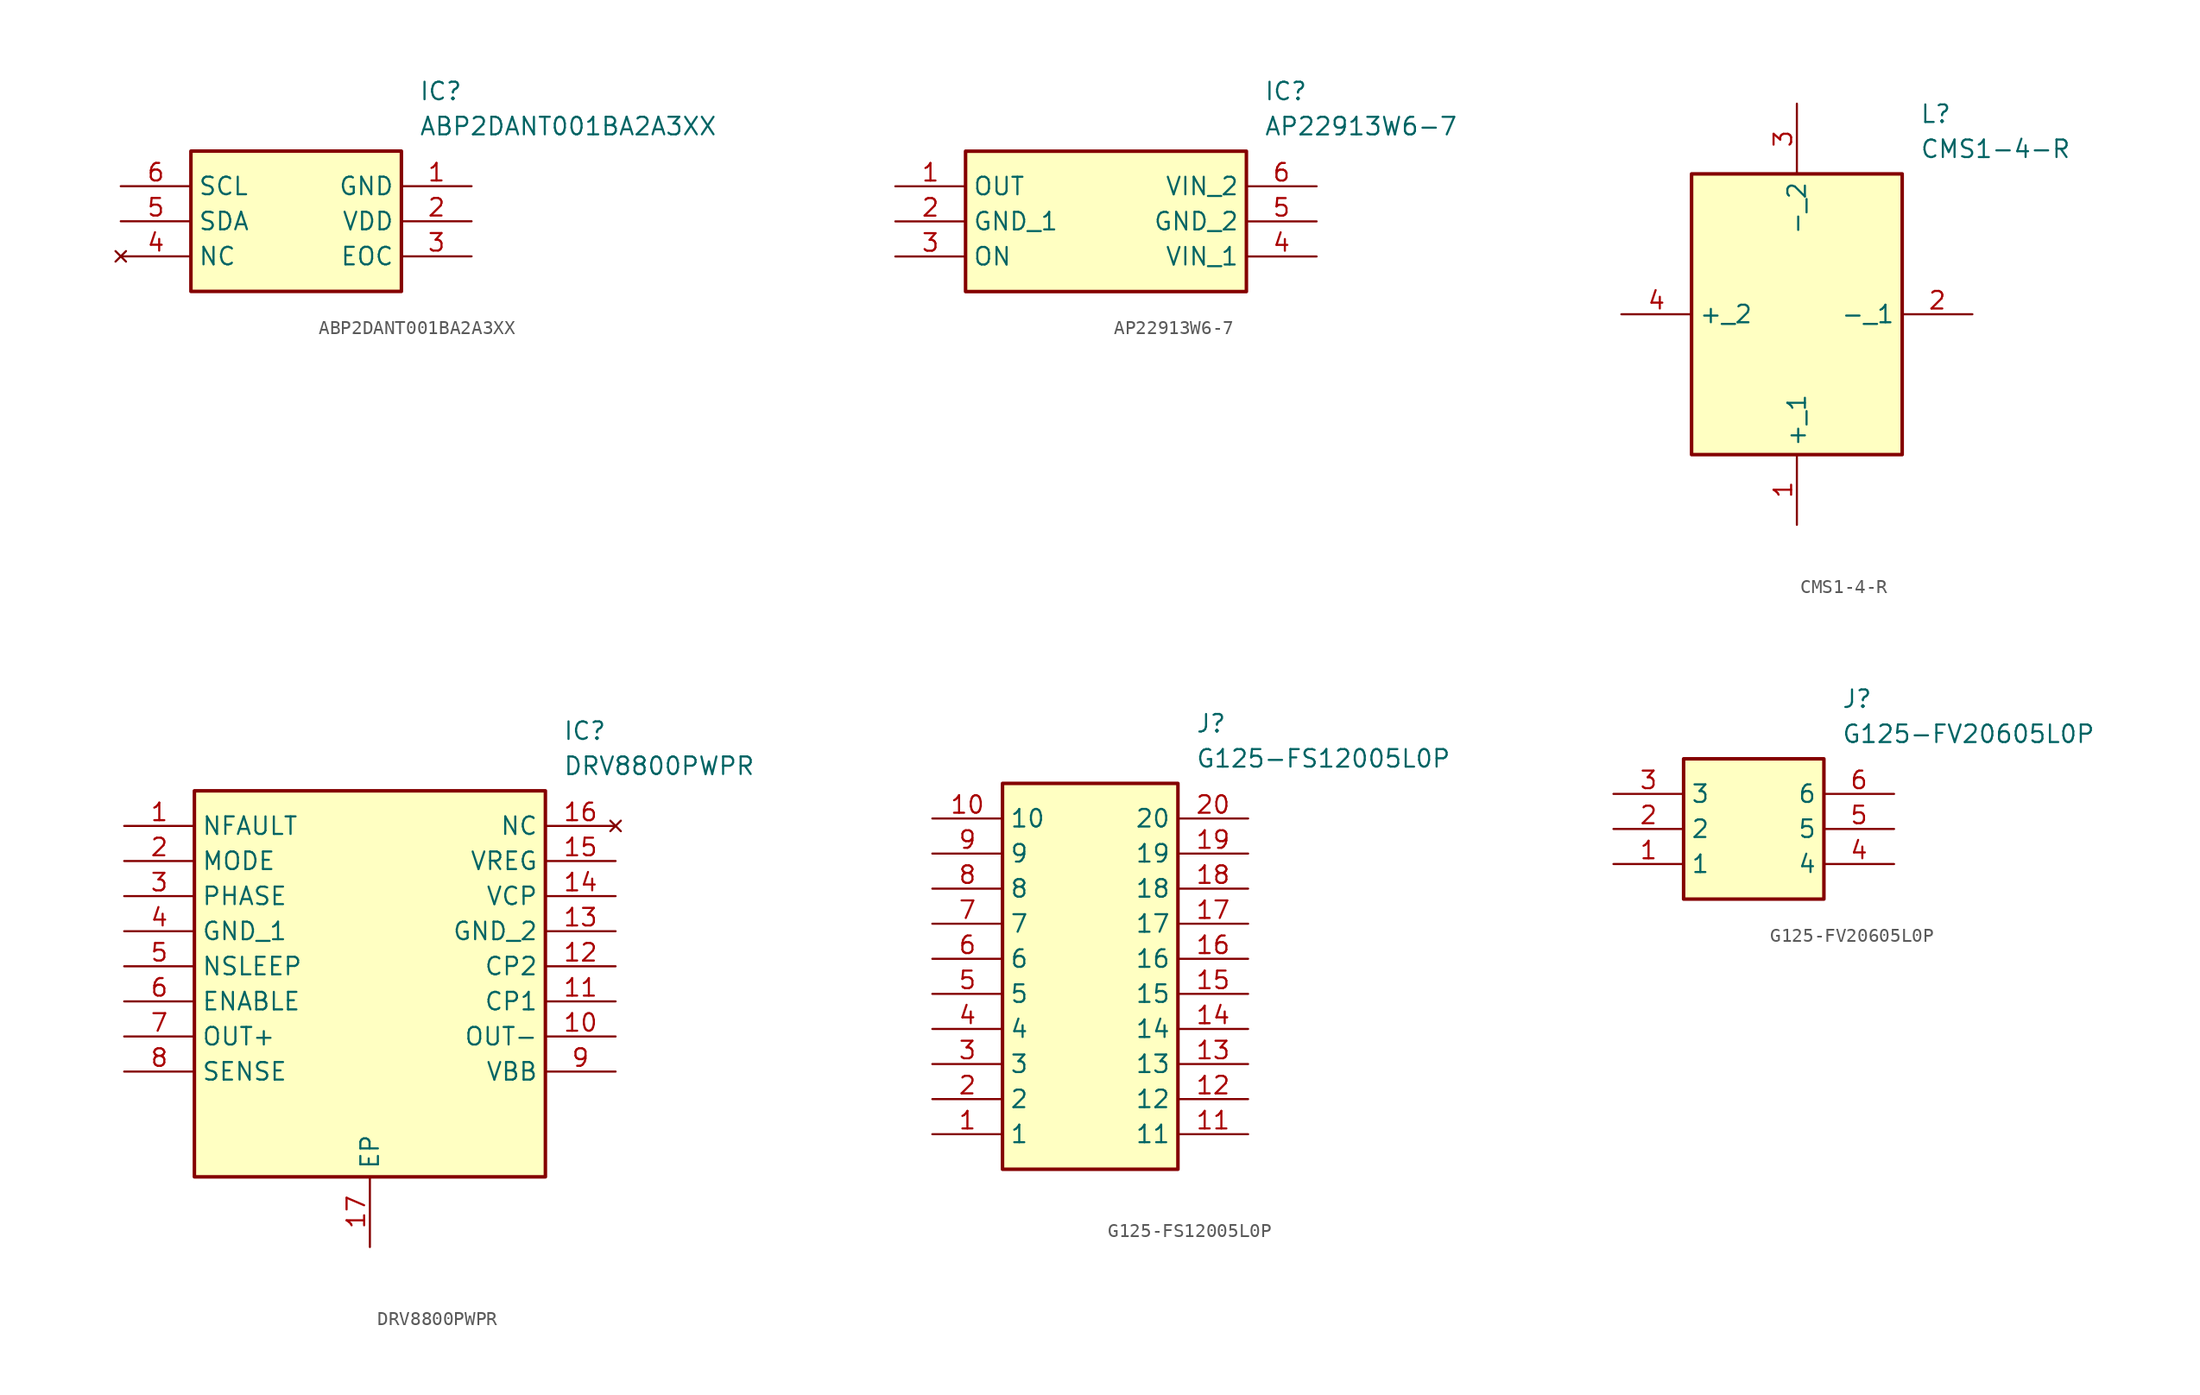
<source format=kicad_sym>
(kicad_symbol_lib
  (version 20220914)
  (generator SamacSys_ECAD_Model)
  (symbol "ABP2DANT001BA2A3XX"
    (property "Reference" "IC"
      (at 21.59 7.62 0)
      (effects (font (size 1.27 1.27)) (justify left top)))
    (property "Value" "ABP2DANT001BA2A3XX"
      (at 21.59 5.08 0)
      (effects (font (size 1.27 1.27)) (justify left top)))
    (rectangle
      (start 5.08 2.54)
      (end 20.32 -7.62)
      (stroke (width 0.254) (type default))
      (fill (type background)))
    (pin passive line
      (at 25.4 0 180)
      (length 5.08)
      (name "GND" (effects (font (size 1.27 1.27))))
      (number "1" (effects (font (size 1.27 1.27)))))
    (pin passive line
      (at 25.4 -2.54 180)
      (length 5.08)
      (name "VDD" (effects (font (size 1.27 1.27))))
      (number "2" (effects (font (size 1.27 1.27)))))
    (pin passive line
      (at 25.4 -5.08 180)
      (length 5.08)
      (name "EOC" (effects (font (size 1.27 1.27))))
      (number "3" (effects (font (size 1.27 1.27)))))
    (pin no_connect line
      (at 0 -5.08 0)
      (length 5.08)
      (name "NC" (effects (font (size 1.27 1.27))))
      (number "4" (effects (font (size 1.27 1.27)))))
    (pin passive line
      (at 0 -2.54 0)
      (length 5.08)
      (name "SDA" (effects (font (size 1.27 1.27))))
      (number "5" (effects (font (size 1.27 1.27)))))
    (pin passive line
      (at 0 0 0)
      (length 5.08)
      (name "SCL" (effects (font (size 1.27 1.27))))
      (number "6" (effects (font (size 1.27 1.27))))))
  (symbol "AP22913W6-7"
    (property "Reference" "IC"
      (at 26.67 7.62 0)
      (effects (font (size 1.27 1.27)) (justify left top)))
    (property "Value" "AP22913W6-7"
      (at 26.67 5.08 0)
      (effects (font (size 1.27 1.27)) (justify left top)))
    (rectangle
      (start 5.08 2.54)
      (end 25.4 -7.62)
      (stroke (width 0.254) (type default))
      (fill (type background)))
    (pin passive line
      (at 0 0 0)
      (length 5.08)
      (name "OUT" (effects (font (size 1.27 1.27))))
      (number "1" (effects (font (size 1.27 1.27)))))
    (pin passive line
      (at 0 -2.54 0)
      (length 5.08)
      (name "GND_1" (effects (font (size 1.27 1.27))))
      (number "2" (effects (font (size 1.27 1.27)))))
    (pin passive line
      (at 0 -5.08 0)
      (length 5.08)
      (name "ON" (effects (font (size 1.27 1.27))))
      (number "3" (effects (font (size 1.27 1.27)))))
    (pin passive line
      (at 30.48 0 180)
      (length 5.08)
      (name "VIN_2" (effects (font (size 1.27 1.27))))
      (number "6" (effects (font (size 1.27 1.27)))))
    (pin passive line
      (at 30.48 -2.54 180)
      (length 5.08)
      (name "GND_2" (effects (font (size 1.27 1.27))))
      (number "5" (effects (font (size 1.27 1.27)))))
    (pin passive line
      (at 30.48 -5.08 180)
      (length 5.08)
      (name "VIN_1" (effects (font (size 1.27 1.27))))
      (number "4" (effects (font (size 1.27 1.27))))))
  (symbol "CMS1-4-R"
    (property "Reference" "L"
      (at 21.59 15.24 0)
      (effects (font (size 1.27 1.27)) (justify left top)))
    (property "Value" "CMS1-4-R"
      (at 21.59 12.7 0)
      (effects (font (size 1.27 1.27)) (justify left top)))
    (rectangle
      (start 5.08 10.16)
      (end 20.32 -10.16)
      (stroke (width 0.254) (type default))
      (fill (type background)))
    (pin passive line
      (at 12.7 -15.24 90)
      (length 5.08)
      (name "+_1" (effects (font (size 1.27 1.27))))
      (number "1" (effects (font (size 1.27 1.27)))))
    (pin passive line
      (at 25.4 0 180)
      (length 5.08)
      (name "-_1" (effects (font (size 1.27 1.27))))
      (number "2" (effects (font (size 1.27 1.27)))))
    (pin passive line
      (at 12.7 15.24 270)
      (length 5.08)
      (name "-_2" (effects (font (size 1.27 1.27))))
      (number "3" (effects (font (size 1.27 1.27)))))
    (pin passive line
      (at 0 0 0)
      (length 5.08)
      (name "+_2" (effects (font (size 1.27 1.27))))
      (number "4" (effects (font (size 1.27 1.27))))))
  (symbol "DRV8800PWPR"
    (property "Reference" "IC"
      (at 31.75 7.62 0)
      (effects (font (size 1.27 1.27)) (justify left top)))
    (property "Value" "DRV8800PWPR"
      (at 31.75 5.08 0)
      (effects (font (size 1.27 1.27)) (justify left top)))
    (rectangle
      (start 5.08 2.54)
      (end 30.48 -25.4)
      (stroke (width 0.254) (type default))
      (fill (type background)))
    (pin passive line
      (at 0 0 0)
      (length 5.08)
      (name "NFAULT" (effects (font (size 1.27 1.27))))
      (number "1" (effects (font (size 1.27 1.27)))))
    (pin passive line
      (at 0 -2.54 0)
      (length 5.08)
      (name "MODE" (effects (font (size 1.27 1.27))))
      (number "2" (effects (font (size 1.27 1.27)))))
    (pin passive line
      (at 0 -5.08 0)
      (length 5.08)
      (name "PHASE" (effects (font (size 1.27 1.27))))
      (number "3" (effects (font (size 1.27 1.27)))))
    (pin passive line
      (at 0 -7.62 0)
      (length 5.08)
      (name "GND_1" (effects (font (size 1.27 1.27))))
      (number "4" (effects (font (size 1.27 1.27)))))
    (pin passive line
      (at 0 -10.16 0)
      (length 5.08)
      (name "NSLEEP" (effects (font (size 1.27 1.27))))
      (number "5" (effects (font (size 1.27 1.27)))))
    (pin passive line
      (at 0 -12.7 0)
      (length 5.08)
      (name "ENABLE" (effects (font (size 1.27 1.27))))
      (number "6" (effects (font (size 1.27 1.27)))))
    (pin passive line
      (at 0 -15.24 0)
      (length 5.08)
      (name "OUT+" (effects (font (size 1.27 1.27))))
      (number "7" (effects (font (size 1.27 1.27)))))
    (pin passive line
      (at 0 -17.78 0)
      (length 5.08)
      (name "SENSE" (effects (font (size 1.27 1.27))))
      (number "8" (effects (font (size 1.27 1.27)))))
    (pin passive line
      (at 17.78 -30.48 90)
      (length 5.08)
      (name "EP" (effects (font (size 1.27 1.27))))
      (number "17" (effects (font (size 1.27 1.27)))))
    (pin no_connect line
      (at 35.56 0 180)
      (length 5.08)
      (name "NC" (effects (font (size 1.27 1.27))))
      (number "16" (effects (font (size 1.27 1.27)))))
    (pin passive line
      (at 35.56 -2.54 180)
      (length 5.08)
      (name "VREG" (effects (font (size 1.27 1.27))))
      (number "15" (effects (font (size 1.27 1.27)))))
    (pin passive line
      (at 35.56 -5.08 180)
      (length 5.08)
      (name "VCP" (effects (font (size 1.27 1.27))))
      (number "14" (effects (font (size 1.27 1.27)))))
    (pin passive line
      (at 35.56 -7.62 180)
      (length 5.08)
      (name "GND_2" (effects (font (size 1.27 1.27))))
      (number "13" (effects (font (size 1.27 1.27)))))
    (pin passive line
      (at 35.56 -10.16 180)
      (length 5.08)
      (name "CP2" (effects (font (size 1.27 1.27))))
      (number "12" (effects (font (size 1.27 1.27)))))
    (pin passive line
      (at 35.56 -12.7 180)
      (length 5.08)
      (name "CP1" (effects (font (size 1.27 1.27))))
      (number "11" (effects (font (size 1.27 1.27)))))
    (pin passive line
      (at 35.56 -15.24 180)
      (length 5.08)
      (name "OUT-" (effects (font (size 1.27 1.27))))
      (number "10" (effects (font (size 1.27 1.27)))))
    (pin passive line
      (at 35.56 -17.78 180)
      (length 5.08)
      (name "VBB" (effects (font (size 1.27 1.27))))
      (number "9" (effects (font (size 1.27 1.27))))))
  (symbol "G125-FS12005L0P"
    (property "Reference" "J"
      (at 19.05 7.62 0)
      (effects (font (size 1.27 1.27)) (justify left top)))
    (property "Value" "G125-FS12005L0P"
      (at 19.05 5.08 0)
      (effects (font (size 1.27 1.27)) (justify left top)))
    (rectangle
      (start 5.08 2.54)
      (end 17.78 -25.4)
      (stroke (width 0.254) (type default))
      (fill (type background)))
    (pin passive line
      (at 0 -22.86 0)
      (length 5.08)
      (name "1" (effects (font (size 1.27 1.27))))
      (number "1" (effects (font (size 1.27 1.27)))))
    (pin passive line
      (at 0 -20.32 0)
      (length 5.08)
      (name "2" (effects (font (size 1.27 1.27))))
      (number "2" (effects (font (size 1.27 1.27)))))
    (pin passive line
      (at 0 -17.78 0)
      (length 5.08)
      (name "3" (effects (font (size 1.27 1.27))))
      (number "3" (effects (font (size 1.27 1.27)))))
    (pin passive line
      (at 0 -15.24 0)
      (length 5.08)
      (name "4" (effects (font (size 1.27 1.27))))
      (number "4" (effects (font (size 1.27 1.27)))))
    (pin passive line
      (at 0 -12.7 0)
      (length 5.08)
      (name "5" (effects (font (size 1.27 1.27))))
      (number "5" (effects (font (size 1.27 1.27)))))
    (pin passive line
      (at 0 -10.16 0)
      (length 5.08)
      (name "6" (effects (font (size 1.27 1.27))))
      (number "6" (effects (font (size 1.27 1.27)))))
    (pin passive line
      (at 0 -7.62 0)
      (length 5.08)
      (name "7" (effects (font (size 1.27 1.27))))
      (number "7" (effects (font (size 1.27 1.27)))))
    (pin passive line
      (at 0 -5.08 0)
      (length 5.08)
      (name "8" (effects (font (size 1.27 1.27))))
      (number "8" (effects (font (size 1.27 1.27)))))
    (pin passive line
      (at 0 -2.54 0)
      (length 5.08)
      (name "9" (effects (font (size 1.27 1.27))))
      (number "9" (effects (font (size 1.27 1.27)))))
    (pin passive line
      (at 0 0 0)
      (length 5.08)
      (name "10" (effects (font (size 1.27 1.27))))
      (number "10" (effects (font (size 1.27 1.27)))))
    (pin passive line
      (at 22.86 -22.86 180)
      (length 5.08)
      (name "11" (effects (font (size 1.27 1.27))))
      (number "11" (effects (font (size 1.27 1.27)))))
    (pin passive line
      (at 22.86 -20.32 180)
      (length 5.08)
      (name "12" (effects (font (size 1.27 1.27))))
      (number "12" (effects (font (size 1.27 1.27)))))
    (pin passive line
      (at 22.86 -17.78 180)
      (length 5.08)
      (name "13" (effects (font (size 1.27 1.27))))
      (number "13" (effects (font (size 1.27 1.27)))))
    (pin passive line
      (at 22.86 -15.24 180)
      (length 5.08)
      (name "14" (effects (font (size 1.27 1.27))))
      (number "14" (effects (font (size 1.27 1.27)))))
    (pin passive line
      (at 22.86 -12.7 180)
      (length 5.08)
      (name "15" (effects (font (size 1.27 1.27))))
      (number "15" (effects (font (size 1.27 1.27)))))
    (pin passive line
      (at 22.86 -10.16 180)
      (length 5.08)
      (name "16" (effects (font (size 1.27 1.27))))
      (number "16" (effects (font (size 1.27 1.27)))))
    (pin passive line
      (at 22.86 -7.62 180)
      (length 5.08)
      (name "17" (effects (font (size 1.27 1.27))))
      (number "17" (effects (font (size 1.27 1.27)))))
    (pin passive line
      (at 22.86 -5.08 180)
      (length 5.08)
      (name "18" (effects (font (size 1.27 1.27))))
      (number "18" (effects (font (size 1.27 1.27)))))
    (pin passive line
      (at 22.86 -2.54 180)
      (length 5.08)
      (name "19" (effects (font (size 1.27 1.27))))
      (number "19" (effects (font (size 1.27 1.27)))))
    (pin passive line
      (at 22.86 0 180)
      (length 5.08)
      (name "20" (effects (font (size 1.27 1.27))))
      (number "20" (effects (font (size 1.27 1.27))))))
  (symbol "G125-FV20605L0P"
    (property "Reference" "J"
      (at 16.51 7.62 0)
      (effects (font (size 1.27 1.27)) (justify left top)))
    (property "Value" "G125-FV20605L0P"
      (at 16.51 5.08 0)
      (effects (font (size 1.27 1.27)) (justify left top)))
    (rectangle
      (start 5.08 2.54)
      (end 15.24 -7.62)
      (stroke (width 0.254) (type default))
      (fill (type background)))
    (pin passive line
      (at 0 -5.08 0)
      (length 5.08)
      (name "1" (effects (font (size 1.27 1.27))))
      (number "1" (effects (font (size 1.27 1.27)))))
    (pin passive line
      (at 0 -2.54 0)
      (length 5.08)
      (name "2" (effects (font (size 1.27 1.27))))
      (number "2" (effects (font (size 1.27 1.27)))))
    (pin passive line
      (at 0 0 0)
      (length 5.08)
      (name "3" (effects (font (size 1.27 1.27))))
      (number "3" (effects (font (size 1.27 1.27)))))
    (pin passive line
      (at 20.32 -5.08 180)
      (length 5.08)
      (name "4" (effects (font (size 1.27 1.27))))
      (number "4" (effects (font (size 1.27 1.27)))))
    (pin passive line
      (at 20.32 -2.54 180)
      (length 5.08)
      (name "5" (effects (font (size 1.27 1.27))))
      (number "5" (effects (font (size 1.27 1.27)))))
    (pin passive line
      (at 20.32 0 180)
      (length 5.08)
      (name "6" (effects (font (size 1.27 1.27))))
      (number "6" (effects (font (size 1.27 1.27)))))))
</source>
